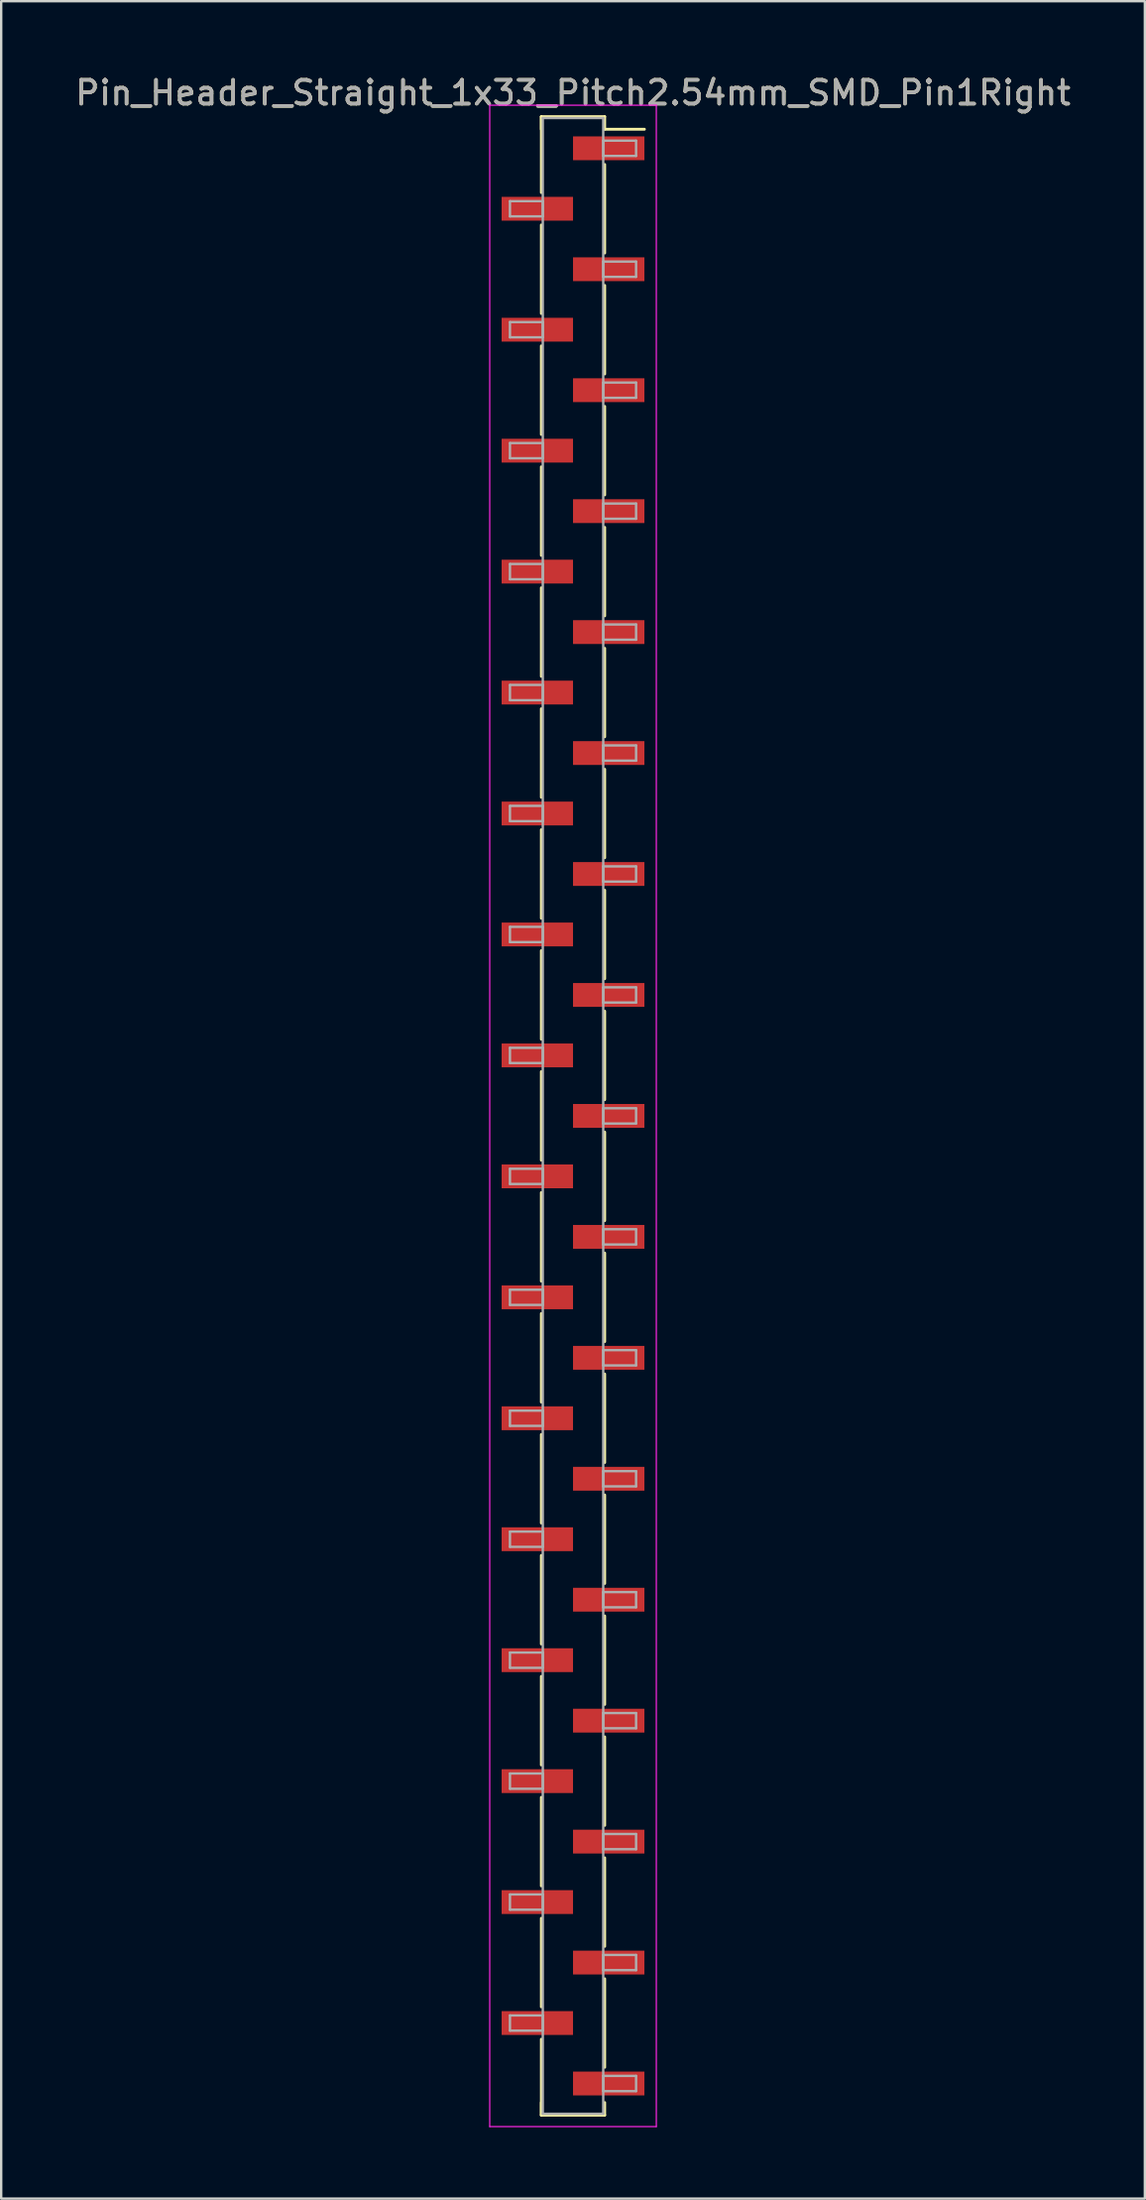
<source format=kicad_pcb>
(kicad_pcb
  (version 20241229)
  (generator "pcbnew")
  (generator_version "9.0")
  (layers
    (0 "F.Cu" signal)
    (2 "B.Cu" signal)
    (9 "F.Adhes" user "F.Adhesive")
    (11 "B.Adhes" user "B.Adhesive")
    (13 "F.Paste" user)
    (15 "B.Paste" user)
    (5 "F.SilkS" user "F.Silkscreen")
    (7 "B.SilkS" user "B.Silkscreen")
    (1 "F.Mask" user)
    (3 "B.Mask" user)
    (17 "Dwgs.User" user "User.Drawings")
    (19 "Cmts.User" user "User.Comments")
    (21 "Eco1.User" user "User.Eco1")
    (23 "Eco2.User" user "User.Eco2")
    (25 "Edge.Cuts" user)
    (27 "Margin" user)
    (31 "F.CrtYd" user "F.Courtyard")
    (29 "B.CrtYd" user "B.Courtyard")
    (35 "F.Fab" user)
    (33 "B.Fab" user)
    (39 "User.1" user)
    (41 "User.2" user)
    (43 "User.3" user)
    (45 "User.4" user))
  (footprint "Pin_Header_Straight_1x33_Pitch2.54mm_SMD_Pin1Right"
    (layer "F.Cu")
    (at 21.03 43.818)
    (property "Reference" "Pin_Header_Straight_1x33_Pitch2.54mm_SMD_Pin1Right" (at 0 -42.97 0) (layer "F.SilkS") (effects (font (size 1 1) (thickness 0.15))))
    (attr smd)
    (fp_line (start -1.33 -41.97) (end -1.33 -38.78) (stroke (width 0.12) (type solid)) (layer "F.SilkS"))
    (fp_line (start -1.33 -41.97) (end 1.33 -41.97) (stroke (width 0.12) (type solid)) (layer "F.SilkS"))
    (fp_line (start -1.33 -41.44) (end -1.33 -41.97) (stroke (width 0.12) (type solid)) (layer "F.SilkS"))
    (fp_line (start -1.33 -37.42) (end -1.33 -33.7) (stroke (width 0.12) (type solid)) (layer "F.SilkS"))
    (fp_line (start -1.33 -32.34) (end -1.33 -28.62) (stroke (width 0.12) (type solid)) (layer "F.SilkS"))
    (fp_line (start -1.33 -27.26) (end -1.33 -23.54) (stroke (width 0.12) (type solid)) (layer "F.SilkS"))
    (fp_line (start -1.33 -22.18) (end -1.33 -18.46) (stroke (width 0.12) (type solid)) (layer "F.SilkS"))
    (fp_line (start -1.33 -17.1) (end -1.33 -13.38) (stroke (width 0.12) (type solid)) (layer "F.SilkS"))
    (fp_line (start -1.33 -12.02) (end -1.33 -8.3) (stroke (width 0.12) (type solid)) (layer "F.SilkS"))
    (fp_line (start -1.33 -6.94) (end -1.33 -3.22) (stroke (width 0.12) (type solid)) (layer "F.SilkS"))
    (fp_line (start -1.33 -1.86) (end -1.33 1.86) (stroke (width 0.12) (type solid)) (layer "F.SilkS"))
    (fp_line (start -1.33 3.22) (end -1.33 6.94) (stroke (width 0.12) (type solid)) (layer "F.SilkS"))
    (fp_line (start -1.33 8.3) (end -1.33 12.02) (stroke (width 0.12) (type solid)) (layer "F.SilkS"))
    (fp_line (start -1.33 13.38) (end -1.33 17.1) (stroke (width 0.12) (type solid)) (layer "F.SilkS"))
    (fp_line (start -1.33 18.46) (end -1.33 22.18) (stroke (width 0.12) (type solid)) (layer "F.SilkS"))
    (fp_line (start -1.33 23.54) (end -1.33 27.26) (stroke (width 0.12) (type solid)) (layer "F.SilkS"))
    (fp_line (start -1.33 28.62) (end -1.33 32.34) (stroke (width 0.12) (type solid)) (layer "F.SilkS"))
    (fp_line (start -1.33 33.7) (end -1.33 37.42) (stroke (width 0.12) (type solid)) (layer "F.SilkS"))
    (fp_line (start -1.33 38.78) (end -1.33 41.97) (stroke (width 0.12) (type solid)) (layer "F.SilkS"))
    (fp_line (start -1.33 41.44) (end -1.33 41.97) (stroke (width 0.12) (type solid)) (layer "F.SilkS"))
    (fp_line (start -1.33 41.97) (end 1.33 41.97) (stroke (width 0.12) (type solid)) (layer "F.SilkS"))
    (fp_line (start 1.33 -41.97) (end 1.33 -41.44) (stroke (width 0.12) (type solid)) (layer "F.SilkS"))
    (fp_line (start 1.33 -41.44) (end 3 -41.44) (stroke (width 0.12) (type solid)) (layer "F.SilkS"))
    (fp_line (start 1.33 -39.96) (end 1.33 -36.24) (stroke (width 0.12) (type solid)) (layer "F.SilkS"))
    (fp_line (start 1.33 -34.88) (end 1.33 -31.16) (stroke (width 0.12) (type solid)) (layer "F.SilkS"))
    (fp_line (start 1.33 -29.8) (end 1.33 -26.08) (stroke (width 0.12) (type solid)) (layer "F.SilkS"))
    (fp_line (start 1.33 -24.72) (end 1.33 -21) (stroke (width 0.12) (type solid)) (layer "F.SilkS"))
    (fp_line (start 1.33 -19.64) (end 1.33 -15.92) (stroke (width 0.12) (type solid)) (layer "F.SilkS"))
    (fp_line (start 1.33 -14.56) (end 1.33 -10.84) (stroke (width 0.12) (type solid)) (layer "F.SilkS"))
    (fp_line (start 1.33 -9.48) (end 1.33 -5.76) (stroke (width 0.12) (type solid)) (layer "F.SilkS"))
    (fp_line (start 1.33 -4.4) (end 1.33 -0.68) (stroke (width 0.12) (type solid)) (layer "F.SilkS"))
    (fp_line (start 1.33 0.68) (end 1.33 4.4) (stroke (width 0.12) (type solid)) (layer "F.SilkS"))
    (fp_line (start 1.33 5.76) (end 1.33 9.48) (stroke (width 0.12) (type solid)) (layer "F.SilkS"))
    (fp_line (start 1.33 10.84) (end 1.33 14.56) (stroke (width 0.12) (type solid)) (layer "F.SilkS"))
    (fp_line (start 1.33 15.92) (end 1.33 19.64) (stroke (width 0.12) (type solid)) (layer "F.SilkS"))
    (fp_line (start 1.33 21) (end 1.33 24.72) (stroke (width 0.12) (type solid)) (layer "F.SilkS"))
    (fp_line (start 1.33 26.08) (end 1.33 29.8) (stroke (width 0.12) (type solid)) (layer "F.SilkS"))
    (fp_line (start 1.33 31.16) (end 1.33 34.88) (stroke (width 0.12) (type solid)) (layer "F.SilkS"))
    (fp_line (start 1.33 36.24) (end 1.33 39.96) (stroke (width 0.12) (type solid)) (layer "F.SilkS"))
    (fp_line (start 1.33 41.97) (end 1.33 41.44) (stroke (width 0.12) (type solid)) (layer "F.SilkS"))
    (fp_line (start -3.5 -42.45) (end -3.5 42.45) (stroke (width 0.05) (type solid)) (layer "F.CrtYd"))
    (fp_line (start -3.5 42.45) (end 3.5 42.45) (stroke (width 0.05) (type solid)) (layer "F.CrtYd"))
    (fp_line (start 3.5 -42.45) (end -3.5 -42.45) (stroke (width 0.05) (type solid)) (layer "F.CrtYd"))
    (fp_line (start 3.5 42.45) (end 3.5 -42.45) (stroke (width 0.05) (type solid)) (layer "F.CrtYd"))
    (fp_line (start -2.65 -38.42) (end -1.27 -38.42) (stroke (width 0.1) (type solid)) (layer "F.Fab"))
    (fp_line (start -2.65 -37.78) (end -2.65 -38.42) (stroke (width 0.1) (type solid)) (layer "F.Fab"))
    (fp_line (start -2.65 -33.34) (end -1.27 -33.34) (stroke (width 0.1) (type solid)) (layer "F.Fab"))
    (fp_line (start -2.65 -32.7) (end -2.65 -33.34) (stroke (width 0.1) (type solid)) (layer "F.Fab"))
    (fp_line (start -2.65 -28.26) (end -1.27 -28.26) (stroke (width 0.1) (type solid)) (layer "F.Fab"))
    (fp_line (start -2.65 -27.62) (end -2.65 -28.26) (stroke (width 0.1) (type solid)) (layer "F.Fab"))
    (fp_line (start -2.65 -23.18) (end -1.27 -23.18) (stroke (width 0.1) (type solid)) (layer "F.Fab"))
    (fp_line (start -2.65 -22.54) (end -2.65 -23.18) (stroke (width 0.1) (type solid)) (layer "F.Fab"))
    (fp_line (start -2.65 -18.1) (end -1.27 -18.1) (stroke (width 0.1) (type solid)) (layer "F.Fab"))
    (fp_line (start -2.65 -17.46) (end -2.65 -18.1) (stroke (width 0.1) (type solid)) (layer "F.Fab"))
    (fp_line (start -2.65 -13.02) (end -1.27 -13.02) (stroke (width 0.1) (type solid)) (layer "F.Fab"))
    (fp_line (start -2.65 -12.38) (end -2.65 -13.02) (stroke (width 0.1) (type solid)) (layer "F.Fab"))
    (fp_line (start -2.65 -7.94) (end -1.27 -7.94) (stroke (width 0.1) (type solid)) (layer "F.Fab"))
    (fp_line (start -2.65 -7.3) (end -2.65 -7.94) (stroke (width 0.1) (type solid)) (layer "F.Fab"))
    (fp_line (start -2.65 -2.86) (end -1.27 -2.86) (stroke (width 0.1) (type solid)) (layer "F.Fab"))
    (fp_line (start -2.65 -2.22) (end -2.65 -2.86) (stroke (width 0.1) (type solid)) (layer "F.Fab"))
    (fp_line (start -2.65 2.22) (end -1.27 2.22) (stroke (width 0.1) (type solid)) (layer "F.Fab"))
    (fp_line (start -2.65 2.86) (end -2.65 2.22) (stroke (width 0.1) (type solid)) (layer "F.Fab"))
    (fp_line (start -2.65 7.3) (end -1.27 7.3) (stroke (width 0.1) (type solid)) (layer "F.Fab"))
    (fp_line (start -2.65 7.94) (end -2.65 7.3) (stroke (width 0.1) (type solid)) (layer "F.Fab"))
    (fp_line (start -2.65 12.38) (end -1.27 12.38) (stroke (width 0.1) (type solid)) (layer "F.Fab"))
    (fp_line (start -2.65 13.02) (end -2.65 12.38) (stroke (width 0.1) (type solid)) (layer "F.Fab"))
    (fp_line (start -2.65 17.46) (end -1.27 17.46) (stroke (width 0.1) (type solid)) (layer "F.Fab"))
    (fp_line (start -2.65 18.1) (end -2.65 17.46) (stroke (width 0.1) (type solid)) (layer "F.Fab"))
    (fp_line (start -2.65 22.54) (end -1.27 22.54) (stroke (width 0.1) (type solid)) (layer "F.Fab"))
    (fp_line (start -2.65 23.18) (end -2.65 22.54) (stroke (width 0.1) (type solid)) (layer "F.Fab"))
    (fp_line (start -2.65 27.62) (end -1.27 27.62) (stroke (width 0.1) (type solid)) (layer "F.Fab"))
    (fp_line (start -2.65 28.26) (end -2.65 27.62) (stroke (width 0.1) (type solid)) (layer "F.Fab"))
    (fp_line (start -2.65 32.7) (end -1.27 32.7) (stroke (width 0.1) (type solid)) (layer "F.Fab"))
    (fp_line (start -2.65 33.34) (end -2.65 32.7) (stroke (width 0.1) (type solid)) (layer "F.Fab"))
    (fp_line (start -2.65 37.78) (end -1.27 37.78) (stroke (width 0.1) (type solid)) (layer "F.Fab"))
    (fp_line (start -2.65 38.42) (end -2.65 37.78) (stroke (width 0.1) (type solid)) (layer "F.Fab"))
    (fp_line (start -1.27 -41.91) (end -1.27 41.91) (stroke (width 0.1) (type solid)) (layer "F.Fab"))
    (fp_line (start -1.27 -38.42) (end -1.27 -37.78) (stroke (width 0.1) (type solid)) (layer "F.Fab"))
    (fp_line (start -1.27 -37.78) (end -2.65 -37.78) (stroke (width 0.1) (type solid)) (layer "F.Fab"))
    (fp_line (start -1.27 -33.34) (end -1.27 -32.7) (stroke (width 0.1) (type solid)) (layer "F.Fab"))
    (fp_line (start -1.27 -32.7) (end -2.65 -32.7) (stroke (width 0.1) (type solid)) (layer "F.Fab"))
    (fp_line (start -1.27 -28.26) (end -1.27 -27.62) (stroke (width 0.1) (type solid)) (layer "F.Fab"))
    (fp_line (start -1.27 -27.62) (end -2.65 -27.62) (stroke (width 0.1) (type solid)) (layer "F.Fab"))
    (fp_line (start -1.27 -23.18) (end -1.27 -22.54) (stroke (width 0.1) (type solid)) (layer "F.Fab"))
    (fp_line (start -1.27 -22.54) (end -2.65 -22.54) (stroke (width 0.1) (type solid)) (layer "F.Fab"))
    (fp_line (start -1.27 -18.1) (end -1.27 -17.46) (stroke (width 0.1) (type solid)) (layer "F.Fab"))
    (fp_line (start -1.27 -17.46) (end -2.65 -17.46) (stroke (width 0.1) (type solid)) (layer "F.Fab"))
    (fp_line (start -1.27 -13.02) (end -1.27 -12.38) (stroke (width 0.1) (type solid)) (layer "F.Fab"))
    (fp_line (start -1.27 -12.38) (end -2.65 -12.38) (stroke (width 0.1) (type solid)) (layer "F.Fab"))
    (fp_line (start -1.27 -7.94) (end -1.27 -7.3) (stroke (width 0.1) (type solid)) (layer "F.Fab"))
    (fp_line (start -1.27 -7.3) (end -2.65 -7.3) (stroke (width 0.1) (type solid)) (layer "F.Fab"))
    (fp_line (start -1.27 -2.86) (end -1.27 -2.22) (stroke (width 0.1) (type solid)) (layer "F.Fab"))
    (fp_line (start -1.27 -2.22) (end -2.65 -2.22) (stroke (width 0.1) (type solid)) (layer "F.Fab"))
    (fp_line (start -1.27 2.22) (end -1.27 2.86) (stroke (width 0.1) (type solid)) (layer "F.Fab"))
    (fp_line (start -1.27 2.86) (end -2.65 2.86) (stroke (width 0.1) (type solid)) (layer "F.Fab"))
    (fp_line (start -1.27 7.3) (end -1.27 7.94) (stroke (width 0.1) (type solid)) (layer "F.Fab"))
    (fp_line (start -1.27 7.94) (end -2.65 7.94) (stroke (width 0.1) (type solid)) (layer "F.Fab"))
    (fp_line (start -1.27 12.38) (end -1.27 13.02) (stroke (width 0.1) (type solid)) (layer "F.Fab"))
    (fp_line (start -1.27 13.02) (end -2.65 13.02) (stroke (width 0.1) (type solid)) (layer "F.Fab"))
    (fp_line (start -1.27 17.46) (end -1.27 18.1) (stroke (width 0.1) (type solid)) (layer "F.Fab"))
    (fp_line (start -1.27 18.1) (end -2.65 18.1) (stroke (width 0.1) (type solid)) (layer "F.Fab"))
    (fp_line (start -1.27 22.54) (end -1.27 23.18) (stroke (width 0.1) (type solid)) (layer "F.Fab"))
    (fp_line (start -1.27 23.18) (end -2.65 23.18) (stroke (width 0.1) (type solid)) (layer "F.Fab"))
    (fp_line (start -1.27 27.62) (end -1.27 28.26) (stroke (width 0.1) (type solid)) (layer "F.Fab"))
    (fp_line (start -1.27 28.26) (end -2.65 28.26) (stroke (width 0.1) (type solid)) (layer "F.Fab"))
    (fp_line (start -1.27 32.7) (end -1.27 33.34) (stroke (width 0.1) (type solid)) (layer "F.Fab"))
    (fp_line (start -1.27 33.34) (end -2.65 33.34) (stroke (width 0.1) (type solid)) (layer "F.Fab"))
    (fp_line (start -1.27 37.78) (end -1.27 38.42) (stroke (width 0.1) (type solid)) (layer "F.Fab"))
    (fp_line (start -1.27 38.42) (end -2.65 38.42) (stroke (width 0.1) (type solid)) (layer "F.Fab"))
    (fp_line (start -1.27 41.91) (end 1.27 41.91) (stroke (width 0.1) (type solid)) (layer "F.Fab"))
    (fp_line (start 1.27 -41.91) (end -1.27 -41.91) (stroke (width 0.1) (type solid)) (layer "F.Fab"))
    (fp_line (start 1.27 -40.96) (end 1.27 -40.32) (stroke (width 0.1) (type solid)) (layer "F.Fab"))
    (fp_line (start 1.27 -40.32) (end 2.65 -40.32) (stroke (width 0.1) (type solid)) (layer "F.Fab"))
    (fp_line (start 1.27 -35.88) (end 1.27 -35.24) (stroke (width 0.1) (type solid)) (layer "F.Fab"))
    (fp_line (start 1.27 -35.24) (end 2.65 -35.24) (stroke (width 0.1) (type solid)) (layer "F.Fab"))
    (fp_line (start 1.27 -30.8) (end 1.27 -30.16) (stroke (width 0.1) (type solid)) (layer "F.Fab"))
    (fp_line (start 1.27 -30.16) (end 2.65 -30.16) (stroke (width 0.1) (type solid)) (layer "F.Fab"))
    (fp_line (start 1.27 -25.72) (end 1.27 -25.08) (stroke (width 0.1) (type solid)) (layer "F.Fab"))
    (fp_line (start 1.27 -25.08) (end 2.65 -25.08) (stroke (width 0.1) (type solid)) (layer "F.Fab"))
    (fp_line (start 1.27 -20.64) (end 1.27 -20) (stroke (width 0.1) (type solid)) (layer "F.Fab"))
    (fp_line (start 1.27 -20) (end 2.65 -20) (stroke (width 0.1) (type solid)) (layer "F.Fab"))
    (fp_line (start 1.27 -15.56) (end 1.27 -14.92) (stroke (width 0.1) (type solid)) (layer "F.Fab"))
    (fp_line (start 1.27 -14.92) (end 2.65 -14.92) (stroke (width 0.1) (type solid)) (layer "F.Fab"))
    (fp_line (start 1.27 -10.48) (end 1.27 -9.84) (stroke (width 0.1) (type solid)) (layer "F.Fab"))
    (fp_line (start 1.27 -9.84) (end 2.65 -9.84) (stroke (width 0.1) (type solid)) (layer "F.Fab"))
    (fp_line (start 1.27 -5.4) (end 1.27 -4.76) (stroke (width 0.1) (type solid)) (layer "F.Fab"))
    (fp_line (start 1.27 -4.76) (end 2.65 -4.76) (stroke (width 0.1) (type solid)) (layer "F.Fab"))
    (fp_line (start 1.27 -0.32) (end 1.27 0.32) (stroke (width 0.1) (type solid)) (layer "F.Fab"))
    (fp_line (start 1.27 0.32) (end 2.65 0.32) (stroke (width 0.1) (type solid)) (layer "F.Fab"))
    (fp_line (start 1.27 4.76) (end 1.27 5.4) (stroke (width 0.1) (type solid)) (layer "F.Fab"))
    (fp_line (start 1.27 5.4) (end 2.65 5.4) (stroke (width 0.1) (type solid)) (layer "F.Fab"))
    (fp_line (start 1.27 9.84) (end 1.27 10.48) (stroke (width 0.1) (type solid)) (layer "F.Fab"))
    (fp_line (start 1.27 10.48) (end 2.65 10.48) (stroke (width 0.1) (type solid)) (layer "F.Fab"))
    (fp_line (start 1.27 14.92) (end 1.27 15.56) (stroke (width 0.1) (type solid)) (layer "F.Fab"))
    (fp_line (start 1.27 15.56) (end 2.65 15.56) (stroke (width 0.1) (type solid)) (layer "F.Fab"))
    (fp_line (start 1.27 20) (end 1.27 20.64) (stroke (width 0.1) (type solid)) (layer "F.Fab"))
    (fp_line (start 1.27 20.64) (end 2.65 20.64) (stroke (width 0.1) (type solid)) (layer "F.Fab"))
    (fp_line (start 1.27 25.08) (end 1.27 25.72) (stroke (width 0.1) (type solid)) (layer "F.Fab"))
    (fp_line (start 1.27 25.72) (end 2.65 25.72) (stroke (width 0.1) (type solid)) (layer "F.Fab"))
    (fp_line (start 1.27 30.16) (end 1.27 30.8) (stroke (width 0.1) (type solid)) (layer "F.Fab"))
    (fp_line (start 1.27 30.8) (end 2.65 30.8) (stroke (width 0.1) (type solid)) (layer "F.Fab"))
    (fp_line (start 1.27 35.24) (end 1.27 35.88) (stroke (width 0.1) (type solid)) (layer "F.Fab"))
    (fp_line (start 1.27 35.88) (end 2.65 35.88) (stroke (width 0.1) (type solid)) (layer "F.Fab"))
    (fp_line (start 1.27 40.32) (end 1.27 40.96) (stroke (width 0.1) (type solid)) (layer "F.Fab"))
    (fp_line (start 1.27 40.96) (end 2.65 40.96) (stroke (width 0.1) (type solid)) (layer "F.Fab"))
    (fp_line (start 1.27 41.91) (end 1.27 -41.91) (stroke (width 0.1) (type solid)) (layer "F.Fab"))
    (fp_line (start 2.65 -40.96) (end 1.27 -40.96) (stroke (width 0.1) (type solid)) (layer "F.Fab"))
    (fp_line (start 2.65 -40.32) (end 2.65 -40.96) (stroke (width 0.1) (type solid)) (layer "F.Fab"))
    (fp_line (start 2.65 -35.88) (end 1.27 -35.88) (stroke (width 0.1) (type solid)) (layer "F.Fab"))
    (fp_line (start 2.65 -35.24) (end 2.65 -35.88) (stroke (width 0.1) (type solid)) (layer "F.Fab"))
    (fp_line (start 2.65 -30.8) (end 1.27 -30.8) (stroke (width 0.1) (type solid)) (layer "F.Fab"))
    (fp_line (start 2.65 -30.16) (end 2.65 -30.8) (stroke (width 0.1) (type solid)) (layer "F.Fab"))
    (fp_line (start 2.65 -25.72) (end 1.27 -25.72) (stroke (width 0.1) (type solid)) (layer "F.Fab"))
    (fp_line (start 2.65 -25.08) (end 2.65 -25.72) (stroke (width 0.1) (type solid)) (layer "F.Fab"))
    (fp_line (start 2.65 -20.64) (end 1.27 -20.64) (stroke (width 0.1) (type solid)) (layer "F.Fab"))
    (fp_line (start 2.65 -20) (end 2.65 -20.64) (stroke (width 0.1) (type solid)) (layer "F.Fab"))
    (fp_line (start 2.65 -15.56) (end 1.27 -15.56) (stroke (width 0.1) (type solid)) (layer "F.Fab"))
    (fp_line (start 2.65 -14.92) (end 2.65 -15.56) (stroke (width 0.1) (type solid)) (layer "F.Fab"))
    (fp_line (start 2.65 -10.48) (end 1.27 -10.48) (stroke (width 0.1) (type solid)) (layer "F.Fab"))
    (fp_line (start 2.65 -9.84) (end 2.65 -10.48) (stroke (width 0.1) (type solid)) (layer "F.Fab"))
    (fp_line (start 2.65 -5.4) (end 1.27 -5.4) (stroke (width 0.1) (type solid)) (layer "F.Fab"))
    (fp_line (start 2.65 -4.76) (end 2.65 -5.4) (stroke (width 0.1) (type solid)) (layer "F.Fab"))
    (fp_line (start 2.65 -0.32) (end 1.27 -0.32) (stroke (width 0.1) (type solid)) (layer "F.Fab"))
    (fp_line (start 2.65 0.32) (end 2.65 -0.32) (stroke (width 0.1) (type solid)) (layer "F.Fab"))
    (fp_line (start 2.65 4.76) (end 1.27 4.76) (stroke (width 0.1) (type solid)) (layer "F.Fab"))
    (fp_line (start 2.65 5.4) (end 2.65 4.76) (stroke (width 0.1) (type solid)) (layer "F.Fab"))
    (fp_line (start 2.65 9.84) (end 1.27 9.84) (stroke (width 0.1) (type solid)) (layer "F.Fab"))
    (fp_line (start 2.65 10.48) (end 2.65 9.84) (stroke (width 0.1) (type solid)) (layer "F.Fab"))
    (fp_line (start 2.65 14.92) (end 1.27 14.92) (stroke (width 0.1) (type solid)) (layer "F.Fab"))
    (fp_line (start 2.65 15.56) (end 2.65 14.92) (stroke (width 0.1) (type solid)) (layer "F.Fab"))
    (fp_line (start 2.65 20) (end 1.27 20) (stroke (width 0.1) (type solid)) (layer "F.Fab"))
    (fp_line (start 2.65 20.64) (end 2.65 20) (stroke (width 0.1) (type solid)) (layer "F.Fab"))
    (fp_line (start 2.65 25.08) (end 1.27 25.08) (stroke (width 0.1) (type solid)) (layer "F.Fab"))
    (fp_line (start 2.65 25.72) (end 2.65 25.08) (stroke (width 0.1) (type solid)) (layer "F.Fab"))
    (fp_line (start 2.65 30.16) (end 1.27 30.16) (stroke (width 0.1) (type solid)) (layer "F.Fab"))
    (fp_line (start 2.65 30.8) (end 2.65 30.16) (stroke (width 0.1) (type solid)) (layer "F.Fab"))
    (fp_line (start 2.65 35.24) (end 1.27 35.24) (stroke (width 0.1) (type solid)) (layer "F.Fab"))
    (fp_line (start 2.65 35.88) (end 2.65 35.24) (stroke (width 0.1) (type solid)) (layer "F.Fab"))
    (fp_line (start 2.65 40.32) (end 1.27 40.32) (stroke (width 0.1) (type solid)) (layer "F.Fab"))
    (fp_line (start 2.65 40.96) (end 2.65 40.32) (stroke (width 0.1) (type solid)) (layer "F.Fab"))
    (fp_text user "${REFERENCE}" (at 0 -42.97 0) (layer "F.Fab") (effects (font (size 1 1) (thickness 0.15))))
    (pad "1" smd rect (at 1.5 -40.64) (size 3 1) (layers "F.Cu" "F.Mask" "F.Paste"))
    (pad "2" smd rect (at -1.5 -38.1) (size 3 1) (layers "F.Cu" "F.Mask" "F.Paste"))
    (pad "3" smd rect (at 1.5 -35.56) (size 3 1) (layers "F.Cu" "F.Mask" "F.Paste"))
    (pad "4" smd rect (at -1.5 -33.02) (size 3 1) (layers "F.Cu" "F.Mask" "F.Paste"))
    (pad "5" smd rect (at 1.5 -30.48) (size 3 1) (layers "F.Cu" "F.Mask" "F.Paste"))
    (pad "6" smd rect (at -1.5 -27.94) (size 3 1) (layers "F.Cu" "F.Mask" "F.Paste"))
    (pad "7" smd rect (at 1.5 -25.4) (size 3 1) (layers "F.Cu" "F.Mask" "F.Paste"))
    (pad "8" smd rect (at -1.5 -22.86) (size 3 1) (layers "F.Cu" "F.Mask" "F.Paste"))
    (pad "9" smd rect (at 1.5 -20.32) (size 3 1) (layers "F.Cu" "F.Mask" "F.Paste"))
    (pad "10" smd rect (at -1.5 -17.78) (size 3 1) (layers "F.Cu" "F.Mask" "F.Paste"))
    (pad "11" smd rect (at 1.5 -15.24) (size 3 1) (layers "F.Cu" "F.Mask" "F.Paste"))
    (pad "12" smd rect (at -1.5 -12.7) (size 3 1) (layers "F.Cu" "F.Mask" "F.Paste"))
    (pad "13" smd rect (at 1.5 -10.16) (size 3 1) (layers "F.Cu" "F.Mask" "F.Paste"))
    (pad "14" smd rect (at -1.5 -7.62) (size 3 1) (layers "F.Cu" "F.Mask" "F.Paste"))
    (pad "15" smd rect (at 1.5 -5.08) (size 3 1) (layers "F.Cu" "F.Mask" "F.Paste"))
    (pad "16" smd rect (at -1.5 -2.54) (size 3 1) (layers "F.Cu" "F.Mask" "F.Paste"))
    (pad "17" smd rect (at 1.5 0) (size 3 1) (layers "F.Cu" "F.Mask" "F.Paste"))
    (pad "18" smd rect (at -1.5 2.54) (size 3 1) (layers "F.Cu" "F.Mask" "F.Paste"))
    (pad "19" smd rect (at 1.5 5.08) (size 3 1) (layers "F.Cu" "F.Mask" "F.Paste"))
    (pad "20" smd rect (at -1.5 7.62) (size 3 1) (layers "F.Cu" "F.Mask" "F.Paste"))
    (pad "21" smd rect (at 1.5 10.16) (size 3 1) (layers "F.Cu" "F.Mask" "F.Paste"))
    (pad "22" smd rect (at -1.5 12.7) (size 3 1) (layers "F.Cu" "F.Mask" "F.Paste"))
    (pad "23" smd rect (at 1.5 15.24) (size 3 1) (layers "F.Cu" "F.Mask" "F.Paste"))
    (pad "24" smd rect (at -1.5 17.78) (size 3 1) (layers "F.Cu" "F.Mask" "F.Paste"))
    (pad "25" smd rect (at 1.5 20.32) (size 3 1) (layers "F.Cu" "F.Mask" "F.Paste"))
    (pad "26" smd rect (at -1.5 22.86) (size 3 1) (layers "F.Cu" "F.Mask" "F.Paste"))
    (pad "27" smd rect (at 1.5 25.4) (size 3 1) (layers "F.Cu" "F.Mask" "F.Paste"))
    (pad "28" smd rect (at -1.5 27.94) (size 3 1) (layers "F.Cu" "F.Mask" "F.Paste"))
    (pad "29" smd rect (at 1.5 30.48) (size 3 1) (layers "F.Cu" "F.Mask" "F.Paste"))
    (pad "30" smd rect (at -1.5 33.02) (size 3 1) (layers "F.Cu" "F.Mask" "F.Paste"))
    (pad "31" smd rect (at 1.5 35.56) (size 3 1) (layers "F.Cu" "F.Mask" "F.Paste"))
    (pad "32" smd rect (at -1.5 38.1) (size 3 1) (layers "F.Cu" "F.Mask" "F.Paste"))
    (pad "33" smd rect (at 1.5 40.64) (size 3 1) (layers "F.Cu" "F.Mask" "F.Paste")))
  (gr_rect
    (start -3 -3)
    (end 45.06 89.293)
    (stroke (width 0.1) (type default))
    (fill no)
    (layer "Edge.Cuts")))
</source>
